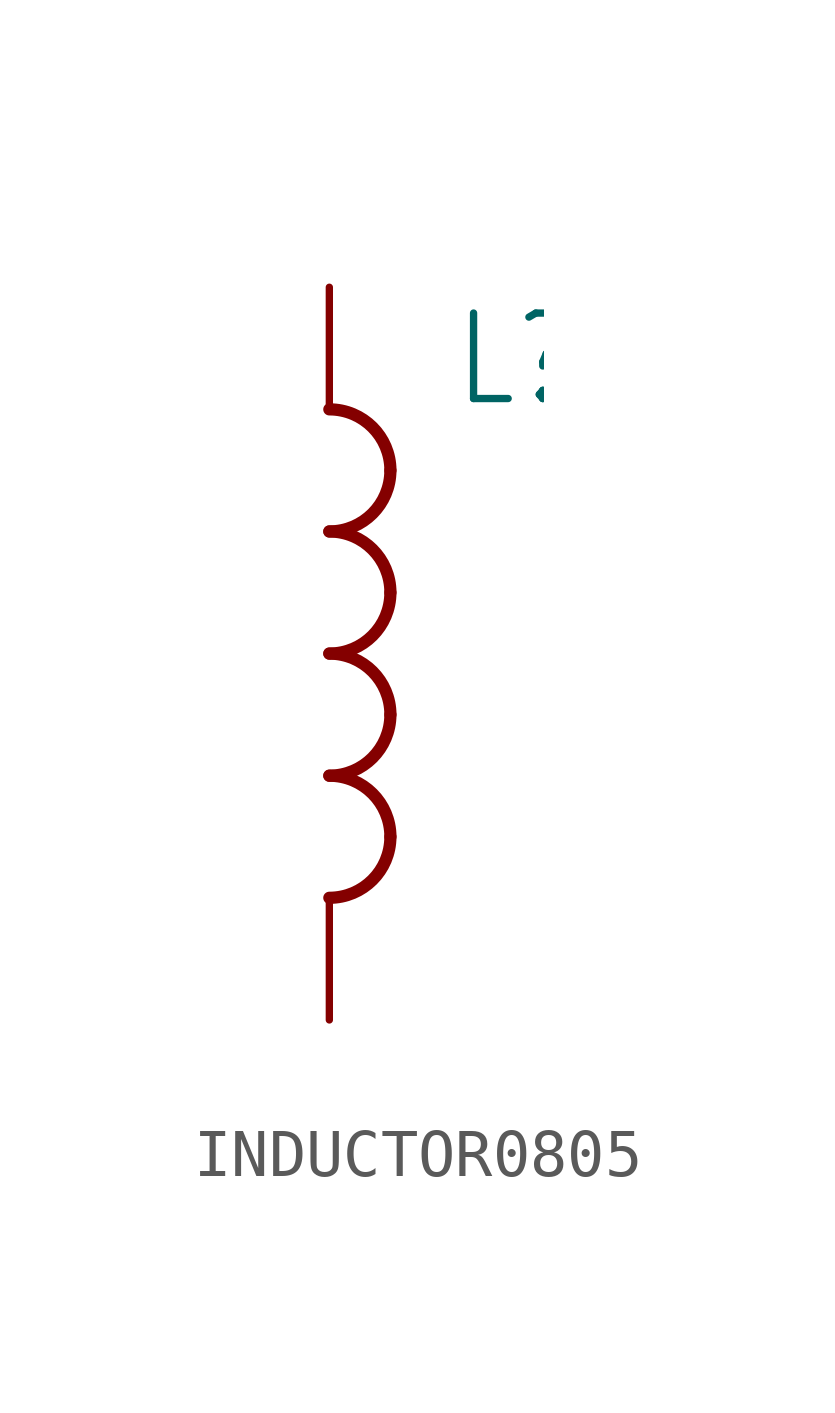
<source format=kicad_sym>
(kicad_symbol_lib
  (version 20220914)
  (generator kicad_symbol_editor)
  (symbol "INDUCTOR0805"
    (property "Reference" "L"
      (at 2.54 5.08 0)
      (effects (font (size 1.778 1.511)) (justify left bottom)))
    (property "Value" ""
      (at 2.54 -5.08 0)
      (effects (font (size 1.778 1.511)) (justify left bottom)))
    (property "ki_locked" ""
      (at 0 0 0)
      (effects (font (size 1.27 1.27))))
    (symbol "INDUCTOR0805_1_0"
      (arc (start 0 -5.08) (mid 0.898 -4.708) (end 1.27 -3.81) (stroke (width 0.254) (type solid)) (fill (type none)))
      (arc (start 0 -2.54) (mid 0.898 -2.168) (end 1.27 -1.27) (stroke (width 0.254) (type solid)) (fill (type none)))
      (arc (start 0 0) (mid 0.898 0.372) (end 1.27 1.27) (stroke (width 0.254) (type solid)) (fill (type none)))
      (arc (start 0 2.54) (mid 0.898 2.912) (end 1.27 3.81) (stroke (width 0.254) (type solid)) (fill (type none)))
      (arc (start 1.27 -3.81) (mid 0.898 -2.912) (end 0 -2.54) (stroke (width 0.254) (type solid)) (fill (type none)))
      (arc (start 1.27 -1.27) (mid 0.898 -0.372) (end 0 0) (stroke (width 0.254) (type solid)) (fill (type none)))
      (arc (start 1.27 1.27) (mid 0.898 2.168) (end 0 2.54) (stroke (width 0.254) (type solid)) (fill (type none)))
      (arc (start 1.27 3.81) (mid 0.898 4.708) (end 0 5.08) (stroke (width 0.254) (type solid)) (fill (type none)))
      (pin passive line (at 0 7.62 270) (length 2.54) (name "1" (effects (font (size 0 0)))) (number "1" (effects (font (size 0 0)))))
      (pin passive line (at 0 -7.62 90) (length 2.54) (name "2" (effects (font (size 0 0)))) (number "2" (effects (font (size 0 0))))))))
</source>
